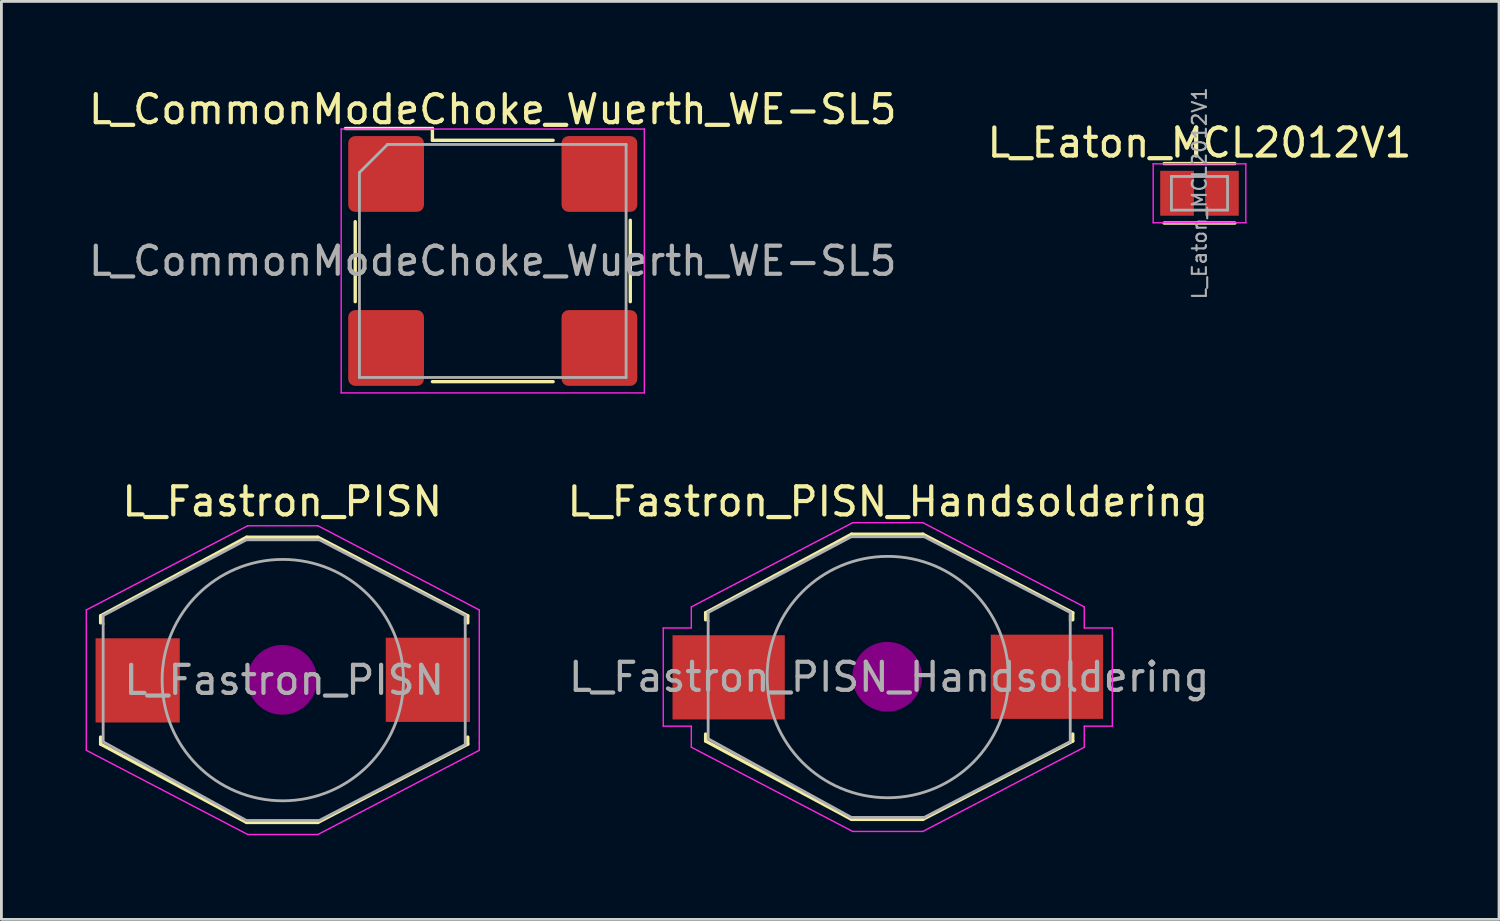
<source format=kicad_pcb>
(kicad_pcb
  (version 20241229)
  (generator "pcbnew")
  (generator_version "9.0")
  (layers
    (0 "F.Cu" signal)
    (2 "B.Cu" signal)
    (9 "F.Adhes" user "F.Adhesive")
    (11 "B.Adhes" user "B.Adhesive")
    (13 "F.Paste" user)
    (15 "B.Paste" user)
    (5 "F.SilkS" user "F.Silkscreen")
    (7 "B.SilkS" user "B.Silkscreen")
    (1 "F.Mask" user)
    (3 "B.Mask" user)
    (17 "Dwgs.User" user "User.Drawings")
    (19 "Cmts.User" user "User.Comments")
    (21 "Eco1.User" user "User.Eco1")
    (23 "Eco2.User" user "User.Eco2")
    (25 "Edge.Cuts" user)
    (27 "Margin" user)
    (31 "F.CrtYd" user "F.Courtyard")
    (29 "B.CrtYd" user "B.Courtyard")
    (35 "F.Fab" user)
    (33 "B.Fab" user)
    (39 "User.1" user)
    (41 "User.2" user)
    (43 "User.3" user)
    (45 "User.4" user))
  (footprint "L_CommonModeChoke_Wuerth_WE-SL5"
    (layer "F.Cu")
    (at 14.506 6.248)
    (property "Reference" "L_CommonModeChoke_Wuerth_WE-SL5" (at 0 -5.4 0) (layer "F.SilkS") (effects (font (size 1 1) (thickness 0.15))))
    (attr smd)
    (fp_line (start -4.9 1.45) (end -4.9 -1.4) (stroke (width 0.12) (type solid)) (layer "F.SilkS"))
    (fp_line (start -2.15 -4.72) (end -5.25 -4.72) (stroke (width 0.12) (type solid)) (layer "F.SilkS"))
    (fp_line (start -2.15 -4.3) (end -2.15 -4.72) (stroke (width 0.12) (type solid)) (layer "F.SilkS"))
    (fp_line (start 2.15 -4.3) (end -2.15 -4.3) (stroke (width 0.12) (type solid)) (layer "F.SilkS"))
    (fp_line (start 2.15 4.3) (end -2.15 4.3) (stroke (width 0.12) (type solid)) (layer "F.SilkS"))
    (fp_line (start 4.9 1.45) (end 4.9 -1.45) (stroke (width 0.12) (type solid)) (layer "F.SilkS"))
    (fp_line (start -5.4 4.7) (end -5.4 -4.7) (stroke (width 0.05) (type solid)) (layer "F.CrtYd"))
    (fp_line (start 5.4 -4.7) (end -5.4 -4.7) (stroke (width 0.05) (type solid)) (layer "F.CrtYd"))
    (fp_line (start 5.4 4.7) (end -5.4 4.7) (stroke (width 0.05) (type solid)) (layer "F.CrtYd"))
    (fp_line (start 5.4 4.7) (end 5.4 -4.7) (stroke (width 0.05) (type solid)) (layer "F.CrtYd"))
    (fp_line (start -4.75 -3.15) (end -4.75 4.15) (stroke (width 0.1) (type solid)) (layer "F.Fab"))
    (fp_line (start -4.75 4.15) (end 4.75 4.15) (stroke (width 0.1) (type solid)) (layer "F.Fab"))
    (fp_line (start -3.75 -4.15) (end -4.75 -3.15) (stroke (width 0.1) (type solid)) (layer "F.Fab"))
    (fp_line (start 4.75 -4.15) (end -3.75 -4.15) (stroke (width 0.1) (type solid)) (layer "F.Fab"))
    (fp_line (start 4.75 -4.15) (end 4.75 4.15) (stroke (width 0.1) (type solid)) (layer "F.Fab"))
    (fp_text user "${REFERENCE}" (at 0 0 0) (layer "F.Fab") (effects (font (size 1 1) (thickness 0.15))))
    (pad "1" smd roundrect (at -3.8 -3.1 180) (size 2.7 2.7) (layers "F.Cu" "F.Mask" "F.Paste") (roundrect_rratio 0.093))
    (pad "2" smd roundrect (at -3.8 3.1 180) (size 2.7 2.7) (layers "F.Cu" "F.Mask" "F.Paste") (roundrect_rratio 0.093))
    (pad "3" smd roundrect (at 3.8 3.1 180) (size 2.7 2.7) (layers "F.Cu" "F.Mask" "F.Paste") (roundrect_rratio 0.093))
    (pad "4" smd roundrect (at 3.8 -3.1 180) (size 2.7 2.7) (layers "F.Cu" "F.Mask" "F.Paste") (roundrect_rratio 0.093)))
  (footprint "L_Eaton_MCL2012V1"
    (layer "F.Cu")
    (at 39.685 3.836)
    (property "Reference" "L_Eaton_MCL2012V1" (at 0 -1.8 0) (layer "F.SilkS") (effects (font (size 1 1) (thickness 0.15))))
    (attr smd)
    (fp_line (start -1.26 -1.06) (end 1.26 -1.06) (stroke (width 0.12) (type solid)) (layer "F.SilkS"))
    (fp_line (start -1.26 1.06) (end 1.26 1.06) (stroke (width 0.12) (type solid)) (layer "F.SilkS"))
    (fp_line (start -1.65 -1.05) (end -1.65 1.05) (stroke (width 0.05) (type solid)) (layer "F.CrtYd"))
    (fp_line (start -1.65 1.05) (end 1.65 1.05) (stroke (width 0.05) (type solid)) (layer "F.CrtYd"))
    (fp_line (start 1.65 -1.05) (end -1.65 -1.05) (stroke (width 0.05) (type solid)) (layer "F.CrtYd"))
    (fp_line (start 1.65 1.05) (end 1.65 -1.05) (stroke (width 0.05) (type solid)) (layer "F.CrtYd"))
    (fp_line (start -1 -0.6) (end -1 0.6) (stroke (width 0.1) (type solid)) (layer "F.Fab"))
    (fp_line (start -1 0.6) (end 1 0.6) (stroke (width 0.1) (type solid)) (layer "F.Fab"))
    (fp_line (start 1 -0.6) (end -1 -0.6) (stroke (width 0.1) (type solid)) (layer "F.Fab"))
    (fp_line (start 1 0.6) (end 1 -0.6) (stroke (width 0.1) (type solid)) (layer "F.Fab"))
    (fp_text user "${REFERENCE}" (at 0 0 90) (layer "F.Fab") (effects (font (size 0.5 0.5) (thickness 0.075))))
    (pad "1" smd rect (at -0.8 0) (size 1.2 1.6) (layers "F.Cu" "F.Mask" "F.Paste"))
    (pad "2" smd rect (at 0.8 0) (size 1.2 1.6) (layers "F.Cu" "F.Mask" "F.Paste")))
  (footprint "L_Fastron_PISN_Handsoldering"
    (layer "F.Cu")
    (at 28.58 21.072)
    (property "Reference" "L_Fastron_PISN_Handsoldering" (at 0 -6.25 0) (layer "F.SilkS") (effects (font (size 1 1) (thickness 0.15))))
    (attr smd)
    (fp_line (start -6.49 -2.29) (end -6.49 -2.04) (stroke (width 0.12) (type solid)) (layer "F.SilkS"))
    (fp_line (start -6.49 2.28) (end -6.49 2.03) (stroke (width 0.12) (type solid)) (layer "F.SilkS"))
    (fp_line (start -1.29 -5.09) (end -6.49 -2.29) (stroke (width 0.12) (type solid)) (layer "F.SilkS"))
    (fp_line (start -1.29 -5.09) (end 1.25 -5.09) (stroke (width 0.12) (type solid)) (layer "F.SilkS"))
    (fp_line (start -1.29 5.07) (end -6.49 2.28) (stroke (width 0.12) (type solid)) (layer "F.SilkS"))
    (fp_line (start -1.29 5.07) (end 1.25 5.07) (stroke (width 0.12) (type solid)) (layer "F.SilkS"))
    (fp_line (start 1.25 -5.09) (end 6.59 -2.29) (stroke (width 0.12) (type solid)) (layer "F.SilkS"))
    (fp_line (start 1.25 5.07) (end 6.59 2.28) (stroke (width 0.12) (type solid)) (layer "F.SilkS"))
    (fp_line (start 6.59 -2.29) (end 6.59 -2.04) (stroke (width 0.12) (type solid)) (layer "F.SilkS"))
    (fp_line (start 6.59 2.28) (end 6.59 2.03) (stroke (width 0.12) (type solid)) (layer "F.SilkS"))
    (fp_line (start -0.02 -0.26) (end -0.02 0.25) (stroke (width 0.38) (type solid)) (layer "F.Adhes"))
    (fp_circle (center -0.02 -0.01) (end -0.02 0.5) (stroke (width 0.38) (type solid)) (fill no) (layer "F.Adhes"))
    (fp_circle (center -0.02 -0.01) (end 0.24 -0.01) (stroke (width 0.38) (type solid)) (fill no) (layer "F.Adhes"))
    (fp_circle (center -0.02 -0.01) (end 0.24 0.76) (stroke (width 0.38) (type solid)) (fill no) (layer "F.Adhes"))
    (fp_circle (center -0.02 -0.01) (end 0.24 1.01) (stroke (width 0.38) (type solid)) (fill no) (layer "F.Adhes"))
    (fp_line (start -8 -1.75) (end -8 1.75) (stroke (width 0.05) (type solid)) (layer "F.CrtYd"))
    (fp_line (start -8 1.75) (end -7 1.75) (stroke (width 0.05) (type solid)) (layer "F.CrtYd"))
    (fp_line (start -7 -2.5) (end -7 -1.75) (stroke (width 0.05) (type solid)) (layer "F.CrtYd"))
    (fp_line (start -7 -2.5) (end -1.25 -5.5) (stroke (width 0.05) (type solid)) (layer "F.CrtYd"))
    (fp_line (start -7 -1.75) (end -8 -1.75) (stroke (width 0.05) (type solid)) (layer "F.CrtYd"))
    (fp_line (start -7 1.75) (end -7 2.5) (stroke (width 0.05) (type solid)) (layer "F.CrtYd"))
    (fp_line (start -1.25 -5.5) (end 1.25 -5.5) (stroke (width 0.05) (type solid)) (layer "F.CrtYd"))
    (fp_line (start -1.25 5.5) (end -7 2.5) (stroke (width 0.05) (type solid)) (layer "F.CrtYd"))
    (fp_line (start 1.25 -5.5) (end 7 -2.5) (stroke (width 0.05) (type solid)) (layer "F.CrtYd"))
    (fp_line (start 1.25 5.5) (end -1.25 5.5) (stroke (width 0.05) (type solid)) (layer "F.CrtYd"))
    (fp_line (start 7 -1.75) (end 7 -2.5) (stroke (width 0.05) (type solid)) (layer "F.CrtYd"))
    (fp_line (start 7 1.75) (end 8 1.75) (stroke (width 0.05) (type solid)) (layer "F.CrtYd"))
    (fp_line (start 7 2.25) (end 7 1.75) (stroke (width 0.05) (type solid)) (layer "F.CrtYd"))
    (fp_line (start 7 2.25) (end 7 2.5) (stroke (width 0.05) (type solid)) (layer "F.CrtYd"))
    (fp_line (start 7 2.5) (end 1.25 5.5) (stroke (width 0.05) (type solid)) (layer "F.CrtYd"))
    (fp_line (start 8 -1.75) (end 7 -1.75) (stroke (width 0.05) (type solid)) (layer "F.CrtYd"))
    (fp_line (start 8 1.75) (end 8 -1.75) (stroke (width 0.05) (type solid)) (layer "F.CrtYd"))
    (fp_line (start -6.4 -2.3) (end -1.3 -5) (stroke (width 0.1) (type solid)) (layer "F.Fab"))
    (fp_line (start -6.4 -2) (end -6.4 -2.3) (stroke (width 0.1) (type solid)) (layer "F.Fab"))
    (fp_line (start -6.4 -2) (end -6.4 2.2) (stroke (width 0.1) (type solid)) (layer "F.Fab"))
    (fp_line (start -6.4 2.2) (end -1.3 5) (stroke (width 0.1) (type solid)) (layer "F.Fab"))
    (fp_line (start -1.3 -5) (end 1.3 -5) (stroke (width 0.1) (type solid)) (layer "F.Fab"))
    (fp_line (start -1.3 5) (end 1.3 5) (stroke (width 0.1) (type solid)) (layer "F.Fab"))
    (fp_line (start 1.3 -5) (end 6.5 -2.3) (stroke (width 0.1) (type solid)) (layer "F.Fab"))
    (fp_line (start 1.3 5) (end 6.5 2.3) (stroke (width 0.1) (type solid)) (layer "F.Fab"))
    (fp_line (start 6.5 -2.3) (end 6.5 -2) (stroke (width 0.1) (type solid)) (layer "F.Fab"))
    (fp_line (start 6.5 2.3) (end 6.5 -2.2) (stroke (width 0.1) (type solid)) (layer "F.Fab"))
    (fp_circle (center 0 0) (end 0 -4.3) (stroke (width 0.1) (type solid)) (fill no) (layer "F.Fab"))
    (fp_text user "${REFERENCE}" (at 0.05 0 0) (layer "F.Fab") (effects (font (size 1 1) (thickness 0.15))))
    (pad "1" smd rect (at 5.67 -0.01) (size 4 3) (layers "F.Cu" "F.Mask" "F.Paste"))
    (pad "2" smd rect (at -5.67 0.01) (size 4 3) (layers "F.Cu" "F.Mask" "F.Paste")))
  (footprint "L_Fastron_PISN"
    (layer "F.Cu")
    (at 7.025 21.181)
    (property "Reference" "L_Fastron_PISN" (at -0.02 -6.36 0) (layer "F.SilkS") (effects (font (size 1 1) (thickness 0.15))))
    (attr smd)
    (fp_line (start -6.49 -2.29) (end -6.49 -2.04) (stroke (width 0.12) (type solid)) (layer "F.SilkS"))
    (fp_line (start -6.49 2.28) (end -6.49 2.03) (stroke (width 0.12) (type solid)) (layer "F.SilkS"))
    (fp_line (start -1.29 -5.09) (end -6.49 -2.29) (stroke (width 0.12) (type solid)) (layer "F.SilkS"))
    (fp_line (start -1.29 -5.09) (end 1.25 -5.09) (stroke (width 0.12) (type solid)) (layer "F.SilkS"))
    (fp_line (start -1.29 5.07) (end -6.49 2.28) (stroke (width 0.12) (type solid)) (layer "F.SilkS"))
    (fp_line (start -1.29 5.07) (end 1.25 5.07) (stroke (width 0.12) (type solid)) (layer "F.SilkS"))
    (fp_line (start 1.25 -5.09) (end 6.59 -2.29) (stroke (width 0.12) (type solid)) (layer "F.SilkS"))
    (fp_line (start 1.25 5.07) (end 6.59 2.28) (stroke (width 0.12) (type solid)) (layer "F.SilkS"))
    (fp_line (start 6.59 -2.29) (end 6.59 -2.04) (stroke (width 0.12) (type solid)) (layer "F.SilkS"))
    (fp_line (start 6.59 2.28) (end 6.59 2.03) (stroke (width 0.12) (type solid)) (layer "F.SilkS"))
    (fp_line (start -0.02 -0.26) (end -0.02 0.25) (stroke (width 0.38) (type solid)) (layer "F.Adhes"))
    (fp_circle (center -0.02 -0.01) (end -0.02 0.5) (stroke (width 0.38) (type solid)) (fill no) (layer "F.Adhes"))
    (fp_circle (center -0.02 -0.01) (end 0.24 -0.01) (stroke (width 0.38) (type solid)) (fill no) (layer "F.Adhes"))
    (fp_circle (center -0.02 -0.01) (end 0.24 0.76) (stroke (width 0.38) (type solid)) (fill no) (layer "F.Adhes"))
    (fp_circle (center -0.02 -0.01) (end 0.24 1.01) (stroke (width 0.38) (type solid)) (fill no) (layer "F.Adhes"))
    (fp_line (start -7 -2.5) (end -1.25 -5.5) (stroke (width 0.05) (type solid)) (layer "F.CrtYd"))
    (fp_line (start -7 2.5) (end -7 -2.5) (stroke (width 0.05) (type solid)) (layer "F.CrtYd"))
    (fp_line (start -1.25 -5.5) (end 1.25 -5.5) (stroke (width 0.05) (type solid)) (layer "F.CrtYd"))
    (fp_line (start -1.25 5.5) (end -7 2.5) (stroke (width 0.05) (type solid)) (layer "F.CrtYd"))
    (fp_line (start 1.25 -5.5) (end 7 -2.5) (stroke (width 0.05) (type solid)) (layer "F.CrtYd"))
    (fp_line (start 1.25 5.5) (end -1.25 5.5) (stroke (width 0.05) (type solid)) (layer "F.CrtYd"))
    (fp_line (start 7 -2.5) (end 7 2.25) (stroke (width 0.05) (type solid)) (layer "F.CrtYd"))
    (fp_line (start 7 2.25) (end 7 2.5) (stroke (width 0.05) (type solid)) (layer "F.CrtYd"))
    (fp_line (start 7 2.5) (end 1.25 5.5) (stroke (width 0.05) (type solid)) (layer "F.CrtYd"))
    (fp_line (start -6.4 -2.3) (end -1.3 -5) (stroke (width 0.1) (type solid)) (layer "F.Fab"))
    (fp_line (start -6.4 -2) (end -6.4 -2.3) (stroke (width 0.1) (type solid)) (layer "F.Fab"))
    (fp_line (start -6.4 -2) (end -6.4 2.2) (stroke (width 0.1) (type solid)) (layer "F.Fab"))
    (fp_line (start -6.4 2.2) (end -1.3 5) (stroke (width 0.1) (type solid)) (layer "F.Fab"))
    (fp_line (start -1.3 -5) (end 1.3 -5) (stroke (width 0.1) (type solid)) (layer "F.Fab"))
    (fp_line (start -1.3 5) (end 1.3 5) (stroke (width 0.1) (type solid)) (layer "F.Fab"))
    (fp_line (start 1.3 -5) (end 6.5 -2.3) (stroke (width 0.1) (type solid)) (layer "F.Fab"))
    (fp_line (start 1.3 5) (end 6.5 2.3) (stroke (width 0.1) (type solid)) (layer "F.Fab"))
    (fp_line (start 6.5 -2.3) (end 6.5 -2) (stroke (width 0.1) (type solid)) (layer "F.Fab"))
    (fp_line (start 6.5 2.3) (end 6.5 -2.2) (stroke (width 0.1) (type solid)) (layer "F.Fab"))
    (fp_circle (center 0 0) (end 0 -4.3) (stroke (width 0.1) (type solid)) (fill no) (layer "F.Fab"))
    (fp_text user "${REFERENCE}" (at 0.05 0 0) (layer "F.Fab") (effects (font (size 1 1) (thickness 0.15))))
    (pad "1" smd rect (at 5.17 -0.01) (size 3 3) (layers "F.Cu" "F.Mask" "F.Paste"))
    (pad "2" smd rect (at -5.17 0.01) (size 3 3) (layers "F.Cu" "F.Mask" "F.Paste")))
  (gr_rect
    (start -3 -3)
    (end 50.357 29.706)
    (stroke (width 0.1) (type default))
    (fill no)
    (layer "Edge.Cuts")))
</source>
